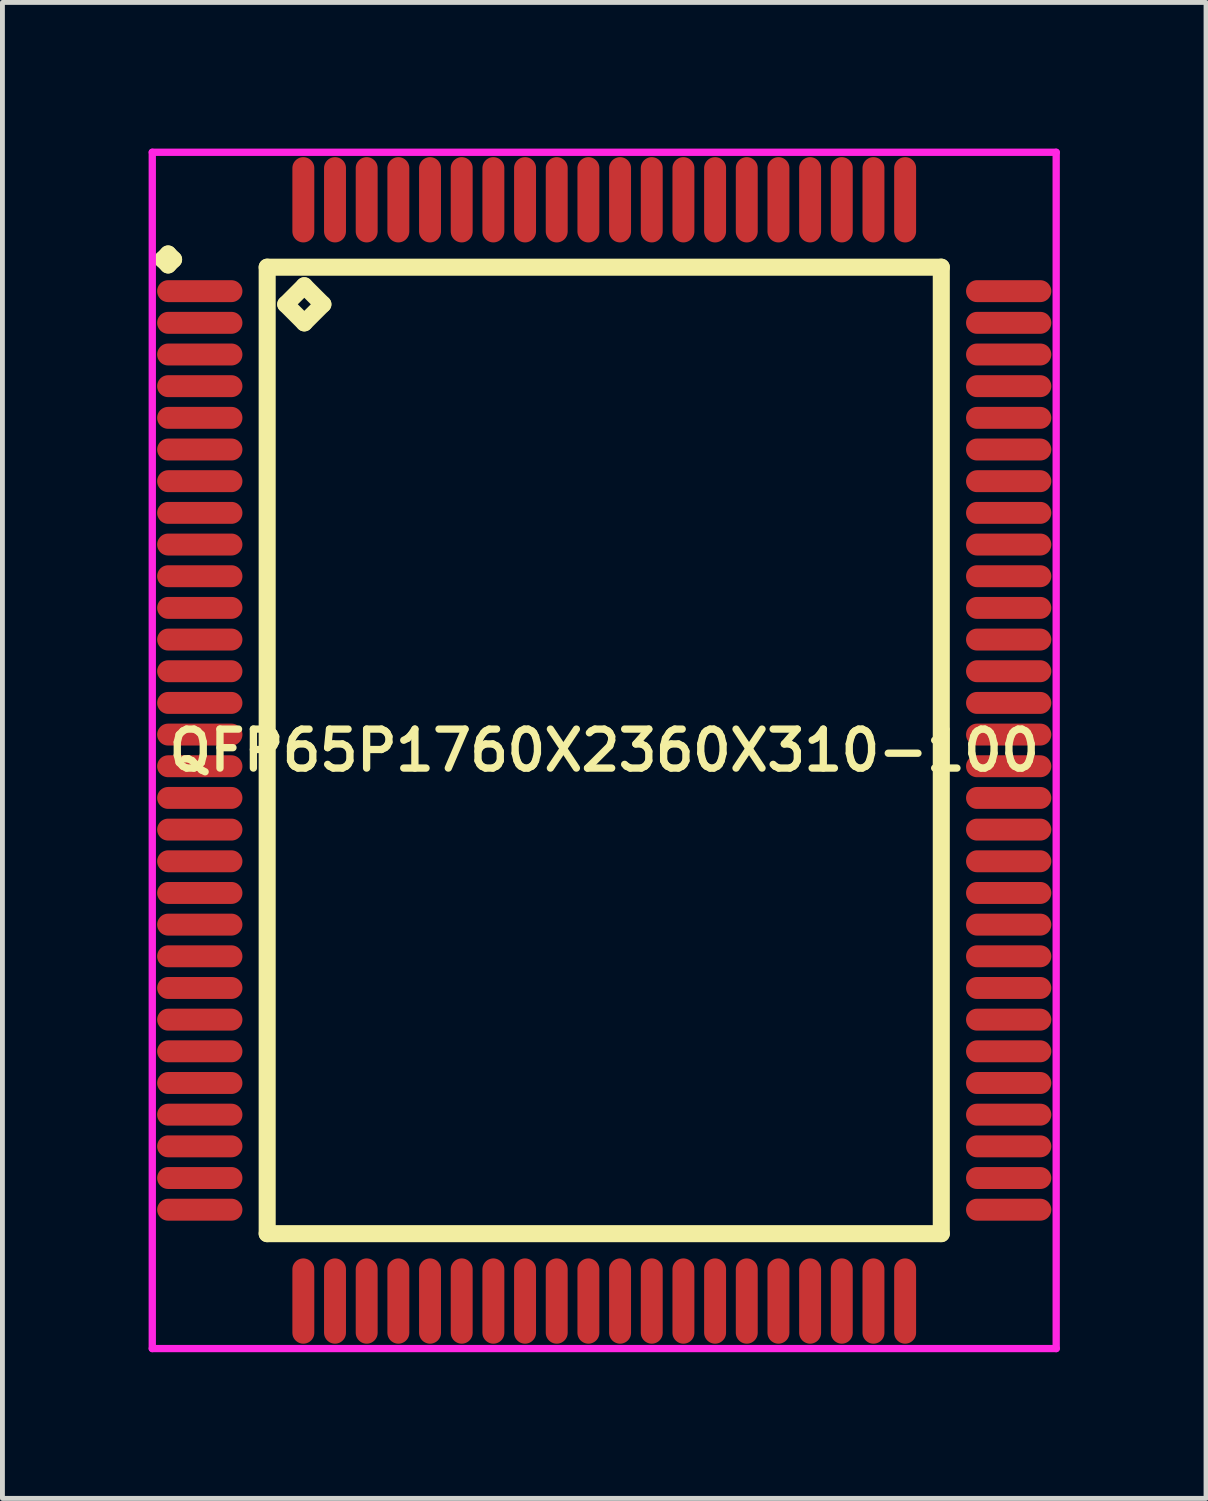
<source format=kicad_pcb>
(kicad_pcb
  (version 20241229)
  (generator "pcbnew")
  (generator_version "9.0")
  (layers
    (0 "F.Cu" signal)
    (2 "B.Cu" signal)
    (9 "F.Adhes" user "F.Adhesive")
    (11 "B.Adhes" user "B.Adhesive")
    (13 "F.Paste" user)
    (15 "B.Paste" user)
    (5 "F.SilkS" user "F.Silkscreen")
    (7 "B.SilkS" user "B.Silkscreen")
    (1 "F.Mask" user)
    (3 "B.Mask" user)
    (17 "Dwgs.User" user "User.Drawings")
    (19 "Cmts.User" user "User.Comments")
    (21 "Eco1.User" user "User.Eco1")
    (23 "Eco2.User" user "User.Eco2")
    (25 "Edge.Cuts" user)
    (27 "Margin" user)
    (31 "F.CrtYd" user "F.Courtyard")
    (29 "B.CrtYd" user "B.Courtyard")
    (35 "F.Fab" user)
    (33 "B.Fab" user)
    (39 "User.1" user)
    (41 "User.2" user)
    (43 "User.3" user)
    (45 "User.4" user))
  (footprint "QFP65P1760X2360X310-100"
    (layer "F.Cu")
    (at 9.35 12.35)
    (property "Reference" "QFP65P1760X2360X310-100" (at 0 0 0) (layer "F.SilkS") (effects (font (size 0.8 0.8) (thickness 0.15))))
    (attr smd)
    (fp_line (start -9.062 -10.075) (end -8.95 -10.188) (stroke (width 0.35) (type solid)) (layer "F.SilkS"))
    (fp_line (start -8.95 -10.188) (end -8.838 -10.075) (stroke (width 0.35) (type solid)) (layer "F.SilkS"))
    (fp_line (start -8.95 -9.963) (end -9.062 -10.075) (stroke (width 0.35) (type solid)) (layer "F.SilkS"))
    (fp_line (start -8.838 -10.075) (end -8.95 -9.963) (stroke (width 0.35) (type solid)) (layer "F.SilkS"))
    (fp_line (start -6.917 -9.917) (end -6.917 9.917) (stroke (width 0.35) (type solid)) (layer "F.SilkS"))
    (fp_line (start -6.917 9.917) (end 6.917 9.917) (stroke (width 0.35) (type solid)) (layer "F.SilkS"))
    (fp_line (start -6.536 -9.155) (end -6.155 -9.536) (stroke (width 0.35) (type solid)) (layer "F.SilkS"))
    (fp_line (start -6.155 -9.536) (end -5.774 -9.155) (stroke (width 0.35) (type solid)) (layer "F.SilkS"))
    (fp_line (start -6.155 -8.774) (end -6.536 -9.155) (stroke (width 0.35) (type solid)) (layer "F.SilkS"))
    (fp_line (start -5.774 -9.155) (end -6.155 -8.774) (stroke (width 0.35) (type solid)) (layer "F.SilkS"))
    (fp_line (start 6.917 -9.917) (end -6.917 -9.917) (stroke (width 0.35) (type solid)) (layer "F.SilkS"))
    (fp_line (start 6.917 9.917) (end 6.917 -9.917) (stroke (width 0.35) (type solid)) (layer "F.SilkS"))
    (fp_line (start -9.275 -12.275) (end 9.275 -12.275) (stroke (width 0.15) (type solid)) (layer "F.CrtYd"))
    (fp_line (start -9.275 12.275) (end -9.275 -12.275) (stroke (width 0.15) (type solid)) (layer "F.CrtYd"))
    (fp_line (start 9.275 -12.275) (end 9.275 12.275) (stroke (width 0.15) (type solid)) (layer "F.CrtYd"))
    (fp_line (start 9.275 12.275) (end -9.275 12.275) (stroke (width 0.15) (type solid)) (layer "F.CrtYd"))
    (pad "1" smd oval (at -8.3 -9.425) (size 1.75 0.45) (layers "F.Cu" "F.Mask" "F.Paste"))
    (pad "2" smd oval (at -8.3 -8.775) (size 1.75 0.45) (layers "F.Cu" "F.Mask" "F.Paste"))
    (pad "3" smd oval (at -8.3 -8.125) (size 1.75 0.45) (layers "F.Cu" "F.Mask" "F.Paste"))
    (pad "4" smd oval (at -8.3 -7.475) (size 1.75 0.45) (layers "F.Cu" "F.Mask" "F.Paste"))
    (pad "5" smd oval (at -8.3 -6.825) (size 1.75 0.45) (layers "F.Cu" "F.Mask" "F.Paste"))
    (pad "6" smd oval (at -8.3 -6.175) (size 1.75 0.45) (layers "F.Cu" "F.Mask" "F.Paste"))
    (pad "7" smd oval (at -8.3 -5.525) (size 1.75 0.45) (layers "F.Cu" "F.Mask" "F.Paste"))
    (pad "8" smd oval (at -8.3 -4.875) (size 1.75 0.45) (layers "F.Cu" "F.Mask" "F.Paste"))
    (pad "9" smd oval (at -8.3 -4.225) (size 1.75 0.45) (layers "F.Cu" "F.Mask" "F.Paste"))
    (pad "10" smd oval (at -8.3 -3.575) (size 1.75 0.45) (layers "F.Cu" "F.Mask" "F.Paste"))
    (pad "11" smd oval (at -8.3 -2.925) (size 1.75 0.45) (layers "F.Cu" "F.Mask" "F.Paste"))
    (pad "12" smd oval (at -8.3 -2.275) (size 1.75 0.45) (layers "F.Cu" "F.Mask" "F.Paste"))
    (pad "13" smd oval (at -8.3 -1.625) (size 1.75 0.45) (layers "F.Cu" "F.Mask" "F.Paste"))
    (pad "14" smd oval (at -8.3 -0.975) (size 1.75 0.45) (layers "F.Cu" "F.Mask" "F.Paste"))
    (pad "15" smd oval (at -8.3 -0.325) (size 1.75 0.45) (layers "F.Cu" "F.Mask" "F.Paste"))
    (pad "16" smd oval (at -8.3 0.325) (size 1.75 0.45) (layers "F.Cu" "F.Mask" "F.Paste"))
    (pad "17" smd oval (at -8.3 0.975) (size 1.75 0.45) (layers "F.Cu" "F.Mask" "F.Paste"))
    (pad "18" smd oval (at -8.3 1.625) (size 1.75 0.45) (layers "F.Cu" "F.Mask" "F.Paste"))
    (pad "19" smd oval (at -8.3 2.275) (size 1.75 0.45) (layers "F.Cu" "F.Mask" "F.Paste"))
    (pad "20" smd oval (at -8.3 2.925) (size 1.75 0.45) (layers "F.Cu" "F.Mask" "F.Paste"))
    (pad "21" smd oval (at -8.3 3.575) (size 1.75 0.45) (layers "F.Cu" "F.Mask" "F.Paste"))
    (pad "22" smd oval (at -8.3 4.225) (size 1.75 0.45) (layers "F.Cu" "F.Mask" "F.Paste"))
    (pad "23" smd oval (at -8.3 4.875) (size 1.75 0.45) (layers "F.Cu" "F.Mask" "F.Paste"))
    (pad "24" smd oval (at -8.3 5.525) (size 1.75 0.45) (layers "F.Cu" "F.Mask" "F.Paste"))
    (pad "25" smd oval (at -8.3 6.175) (size 1.75 0.45) (layers "F.Cu" "F.Mask" "F.Paste"))
    (pad "26" smd oval (at -8.3 6.825) (size 1.75 0.45) (layers "F.Cu" "F.Mask" "F.Paste"))
    (pad "27" smd oval (at -8.3 7.475) (size 1.75 0.45) (layers "F.Cu" "F.Mask" "F.Paste"))
    (pad "28" smd oval (at -8.3 8.125) (size 1.75 0.45) (layers "F.Cu" "F.Mask" "F.Paste"))
    (pad "29" smd oval (at -8.3 8.775) (size 1.75 0.45) (layers "F.Cu" "F.Mask" "F.Paste"))
    (pad "30" smd oval (at -8.3 9.425) (size 1.75 0.45) (layers "F.Cu" "F.Mask" "F.Paste"))
    (pad "31" smd oval (at -6.175 11.3) (size 0.45 1.75) (layers "F.Cu" "F.Mask" "F.Paste"))
    (pad "32" smd oval (at -5.525 11.3) (size 0.45 1.75) (layers "F.Cu" "F.Mask" "F.Paste"))
    (pad "33" smd oval (at -4.875 11.3) (size 0.45 1.75) (layers "F.Cu" "F.Mask" "F.Paste"))
    (pad "34" smd oval (at -4.225 11.3) (size 0.45 1.75) (layers "F.Cu" "F.Mask" "F.Paste"))
    (pad "35" smd oval (at -3.575 11.3) (size 0.45 1.75) (layers "F.Cu" "F.Mask" "F.Paste"))
    (pad "36" smd oval (at -2.925 11.3) (size 0.45 1.75) (layers "F.Cu" "F.Mask" "F.Paste"))
    (pad "37" smd oval (at -2.275 11.3) (size 0.45 1.75) (layers "F.Cu" "F.Mask" "F.Paste"))
    (pad "38" smd oval (at -1.625 11.3) (size 0.45 1.75) (layers "F.Cu" "F.Mask" "F.Paste"))
    (pad "39" smd oval (at -0.975 11.3) (size 0.45 1.75) (layers "F.Cu" "F.Mask" "F.Paste"))
    (pad "40" smd oval (at -0.325 11.3) (size 0.45 1.75) (layers "F.Cu" "F.Mask" "F.Paste"))
    (pad "41" smd oval (at 0.325 11.3) (size 0.45 1.75) (layers "F.Cu" "F.Mask" "F.Paste"))
    (pad "42" smd oval (at 0.975 11.3) (size 0.45 1.75) (layers "F.Cu" "F.Mask" "F.Paste"))
    (pad "43" smd oval (at 1.625 11.3) (size 0.45 1.75) (layers "F.Cu" "F.Mask" "F.Paste"))
    (pad "44" smd oval (at 2.275 11.3) (size 0.45 1.75) (layers "F.Cu" "F.Mask" "F.Paste"))
    (pad "45" smd oval (at 2.925 11.3) (size 0.45 1.75) (layers "F.Cu" "F.Mask" "F.Paste"))
    (pad "46" smd oval (at 3.575 11.3) (size 0.45 1.75) (layers "F.Cu" "F.Mask" "F.Paste"))
    (pad "47" smd oval (at 4.225 11.3) (size 0.45 1.75) (layers "F.Cu" "F.Mask" "F.Paste"))
    (pad "48" smd oval (at 4.875 11.3) (size 0.45 1.75) (layers "F.Cu" "F.Mask" "F.Paste"))
    (pad "49" smd oval (at 5.525 11.3) (size 0.45 1.75) (layers "F.Cu" "F.Mask" "F.Paste"))
    (pad "50" smd oval (at 6.175 11.3) (size 0.45 1.75) (layers "F.Cu" "F.Mask" "F.Paste"))
    (pad "51" smd oval (at 8.3 9.425) (size 1.75 0.45) (layers "F.Cu" "F.Mask" "F.Paste"))
    (pad "52" smd oval (at 8.3 8.775) (size 1.75 0.45) (layers "F.Cu" "F.Mask" "F.Paste"))
    (pad "53" smd oval (at 8.3 8.125) (size 1.75 0.45) (layers "F.Cu" "F.Mask" "F.Paste"))
    (pad "54" smd oval (at 8.3 7.475) (size 1.75 0.45) (layers "F.Cu" "F.Mask" "F.Paste"))
    (pad "55" smd oval (at 8.3 6.825) (size 1.75 0.45) (layers "F.Cu" "F.Mask" "F.Paste"))
    (pad "56" smd oval (at 8.3 6.175) (size 1.75 0.45) (layers "F.Cu" "F.Mask" "F.Paste"))
    (pad "57" smd oval (at 8.3 5.525) (size 1.75 0.45) (layers "F.Cu" "F.Mask" "F.Paste"))
    (pad "58" smd oval (at 8.3 4.875) (size 1.75 0.45) (layers "F.Cu" "F.Mask" "F.Paste"))
    (pad "59" smd oval (at 8.3 4.225) (size 1.75 0.45) (layers "F.Cu" "F.Mask" "F.Paste"))
    (pad "60" smd oval (at 8.3 3.575) (size 1.75 0.45) (layers "F.Cu" "F.Mask" "F.Paste"))
    (pad "61" smd oval (at 8.3 2.925) (size 1.75 0.45) (layers "F.Cu" "F.Mask" "F.Paste"))
    (pad "62" smd oval (at 8.3 2.275) (size 1.75 0.45) (layers "F.Cu" "F.Mask" "F.Paste"))
    (pad "63" smd oval (at 8.3 1.625) (size 1.75 0.45) (layers "F.Cu" "F.Mask" "F.Paste"))
    (pad "64" smd oval (at 8.3 0.975) (size 1.75 0.45) (layers "F.Cu" "F.Mask" "F.Paste"))
    (pad "65" smd oval (at 8.3 0.325) (size 1.75 0.45) (layers "F.Cu" "F.Mask" "F.Paste"))
    (pad "66" smd oval (at 8.3 -0.325) (size 1.75 0.45) (layers "F.Cu" "F.Mask" "F.Paste"))
    (pad "67" smd oval (at 8.3 -0.975) (size 1.75 0.45) (layers "F.Cu" "F.Mask" "F.Paste"))
    (pad "68" smd oval (at 8.3 -1.625) (size 1.75 0.45) (layers "F.Cu" "F.Mask" "F.Paste"))
    (pad "69" smd oval (at 8.3 -2.275) (size 1.75 0.45) (layers "F.Cu" "F.Mask" "F.Paste"))
    (pad "70" smd oval (at 8.3 -2.925) (size 1.75 0.45) (layers "F.Cu" "F.Mask" "F.Paste"))
    (pad "71" smd oval (at 8.3 -3.575) (size 1.75 0.45) (layers "F.Cu" "F.Mask" "F.Paste"))
    (pad "72" smd oval (at 8.3 -4.225) (size 1.75 0.45) (layers "F.Cu" "F.Mask" "F.Paste"))
    (pad "73" smd oval (at 8.3 -4.875) (size 1.75 0.45) (layers "F.Cu" "F.Mask" "F.Paste"))
    (pad "74" smd oval (at 8.3 -5.525) (size 1.75 0.45) (layers "F.Cu" "F.Mask" "F.Paste"))
    (pad "75" smd oval (at 8.3 -6.175) (size 1.75 0.45) (layers "F.Cu" "F.Mask" "F.Paste"))
    (pad "76" smd oval (at 8.3 -6.825) (size 1.75 0.45) (layers "F.Cu" "F.Mask" "F.Paste"))
    (pad "77" smd oval (at 8.3 -7.475) (size 1.75 0.45) (layers "F.Cu" "F.Mask" "F.Paste"))
    (pad "78" smd oval (at 8.3 -8.125) (size 1.75 0.45) (layers "F.Cu" "F.Mask" "F.Paste"))
    (pad "79" smd oval (at 8.3 -8.775) (size 1.75 0.45) (layers "F.Cu" "F.Mask" "F.Paste"))
    (pad "80" smd oval (at 8.3 -9.425) (size 1.75 0.45) (layers "F.Cu" "F.Mask" "F.Paste"))
    (pad "81" smd oval (at 6.175 -11.3) (size 0.45 1.75) (layers "F.Cu" "F.Mask" "F.Paste"))
    (pad "82" smd oval (at 5.525 -11.3) (size 0.45 1.75) (layers "F.Cu" "F.Mask" "F.Paste"))
    (pad "83" smd oval (at 4.875 -11.3) (size 0.45 1.75) (layers "F.Cu" "F.Mask" "F.Paste"))
    (pad "84" smd oval (at 4.225 -11.3) (size 0.45 1.75) (layers "F.Cu" "F.Mask" "F.Paste"))
    (pad "85" smd oval (at 3.575 -11.3) (size 0.45 1.75) (layers "F.Cu" "F.Mask" "F.Paste"))
    (pad "86" smd oval (at 2.925 -11.3) (size 0.45 1.75) (layers "F.Cu" "F.Mask" "F.Paste"))
    (pad "87" smd oval (at 2.275 -11.3) (size 0.45 1.75) (layers "F.Cu" "F.Mask" "F.Paste"))
    (pad "88" smd oval (at 1.625 -11.3) (size 0.45 1.75) (layers "F.Cu" "F.Mask" "F.Paste"))
    (pad "89" smd oval (at 0.975 -11.3) (size 0.45 1.75) (layers "F.Cu" "F.Mask" "F.Paste"))
    (pad "90" smd oval (at 0.325 -11.3) (size 0.45 1.75) (layers "F.Cu" "F.Mask" "F.Paste"))
    (pad "91" smd oval (at -0.325 -11.3) (size 0.45 1.75) (layers "F.Cu" "F.Mask" "F.Paste"))
    (pad "92" smd oval (at -0.975 -11.3) (size 0.45 1.75) (layers "F.Cu" "F.Mask" "F.Paste"))
    (pad "93" smd oval (at -1.625 -11.3) (size 0.45 1.75) (layers "F.Cu" "F.Mask" "F.Paste"))
    (pad "94" smd oval (at -2.275 -11.3) (size 0.45 1.75) (layers "F.Cu" "F.Mask" "F.Paste"))
    (pad "95" smd oval (at -2.925 -11.3) (size 0.45 1.75) (layers "F.Cu" "F.Mask" "F.Paste"))
    (pad "96" smd oval (at -3.575 -11.3) (size 0.45 1.75) (layers "F.Cu" "F.Mask" "F.Paste"))
    (pad "97" smd oval (at -4.225 -11.3) (size 0.45 1.75) (layers "F.Cu" "F.Mask" "F.Paste"))
    (pad "98" smd oval (at -4.875 -11.3) (size 0.45 1.75) (layers "F.Cu" "F.Mask" "F.Paste"))
    (pad "99" smd oval (at -5.525 -11.3) (size 0.45 1.75) (layers "F.Cu" "F.Mask" "F.Paste"))
    (pad "100" smd oval (at -6.175 -11.3) (size 0.45 1.75) (layers "F.Cu" "F.Mask" "F.Paste")))
  (gr_rect
    (start -3 -3)
    (end 21.7 27.7)
    (stroke (width 0.1) (type default))
    (fill no)
    (layer "Edge.Cuts")))
</source>
